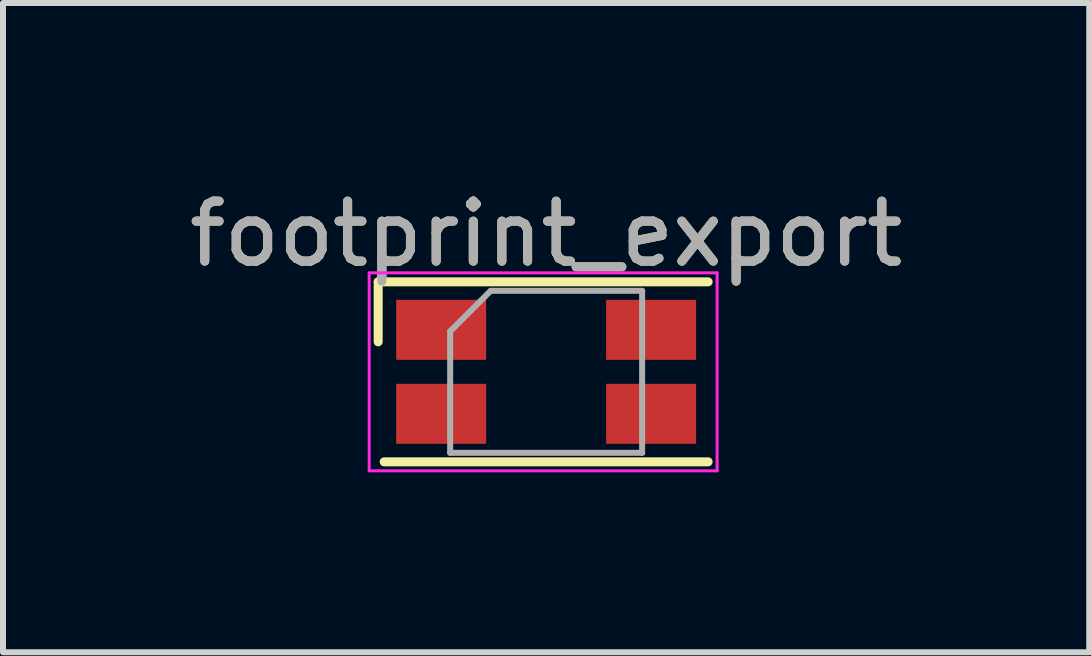
<source format=kicad_pcb>
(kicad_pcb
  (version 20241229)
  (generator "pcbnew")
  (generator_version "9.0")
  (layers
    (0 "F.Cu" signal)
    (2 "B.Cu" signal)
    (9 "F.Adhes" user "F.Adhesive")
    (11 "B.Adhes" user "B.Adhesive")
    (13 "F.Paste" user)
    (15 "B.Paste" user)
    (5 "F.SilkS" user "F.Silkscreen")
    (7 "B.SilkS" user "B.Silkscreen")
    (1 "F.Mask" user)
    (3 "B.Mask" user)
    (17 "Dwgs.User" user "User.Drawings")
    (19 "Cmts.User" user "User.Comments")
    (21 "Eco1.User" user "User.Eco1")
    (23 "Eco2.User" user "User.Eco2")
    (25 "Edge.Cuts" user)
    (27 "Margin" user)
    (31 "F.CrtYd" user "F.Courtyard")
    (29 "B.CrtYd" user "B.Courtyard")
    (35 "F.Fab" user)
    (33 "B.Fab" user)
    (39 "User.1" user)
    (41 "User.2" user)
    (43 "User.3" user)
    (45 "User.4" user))
  (footprint "footprint_export"
    (layer "F.Cu")
    (at 6.054 3.148)
    (property "Reference" "footprint_export" (at 0 -2.3 0) (layer "F.SilkS") (effects (font (size 1 1) (thickness 0.15))))
    (attr smd)
    (fp_line (start -2.8 -0.5) (end -2.8 -1.5) (stroke (width 0.15) (type solid)) (layer "F.SilkS"))
    (fp_line (start 2.7 -1.5) (end -2.8 -1.5) (stroke (width 0.15) (type solid)) (layer "F.SilkS"))
    (fp_line (start 2.7 1.5) (end -2.7 1.5) (stroke (width 0.15) (type solid)) (layer "F.SilkS"))
    (fp_line (start -2.95 -1.65) (end -2.95 1.65) (stroke (width 0.05) (type solid)) (layer "F.CrtYd"))
    (fp_line (start -2.95 1.65) (end 2.85 1.65) (stroke (width 0.05) (type solid)) (layer "F.CrtYd"))
    (fp_line (start 2.85 -1.65) (end -2.95 -1.65) (stroke (width 0.05) (type solid)) (layer "F.CrtYd"))
    (fp_line (start 2.85 1.65) (end 2.85 -1.65) (stroke (width 0.05) (type solid)) (layer "F.CrtYd"))
    (fp_line (start -1.6 -0.675) (end -0.925 -1.35) (stroke (width 0.1) (type solid)) (layer "F.Fab"))
    (fp_line (start -1.6 1.35) (end -1.6 -0.675) (stroke (width 0.1) (type solid)) (layer "F.Fab"))
    (fp_line (start -0.925 -1.35) (end 1.6 -1.35) (stroke (width 0.1) (type solid)) (layer "F.Fab"))
    (fp_line (start 1.6 -1.35) (end 1.6 1.35) (stroke (width 0.1) (type solid)) (layer "F.Fab"))
    (fp_line (start 1.6 1.35) (end -1.6 1.35) (stroke (width 0.1) (type solid)) (layer "F.Fab"))
    (fp_text user "${REFERENCE}" (at 0 -2.3 0) (layer "F.Fab") (effects (font (size 1 1) (thickness 0.15))))
    (pad "1" smd rect (at -1.75 -0.7 180) (size 1.5 1) (layers "F.Cu" "F.Mask" "F.Paste"))
    (pad "2" smd rect (at -1.75 0.7 180) (size 1.5 1) (layers "F.Cu" "F.Mask" "F.Paste"))
    (pad "3" smd rect (at 1.75 0.7 180) (size 1.5 1) (layers "F.Cu" "F.Mask" "F.Paste"))
    (pad "4" smd rect (at 1.75 -0.7 180) (size 1.5 1) (layers "F.Cu" "F.Mask" "F.Paste")))
  (gr_rect
    (start -3 -3)
    (end 15.107 7.823)
    (stroke (width 0.1) (type default))
    (fill no)
    (layer "Edge.Cuts")))
</source>
